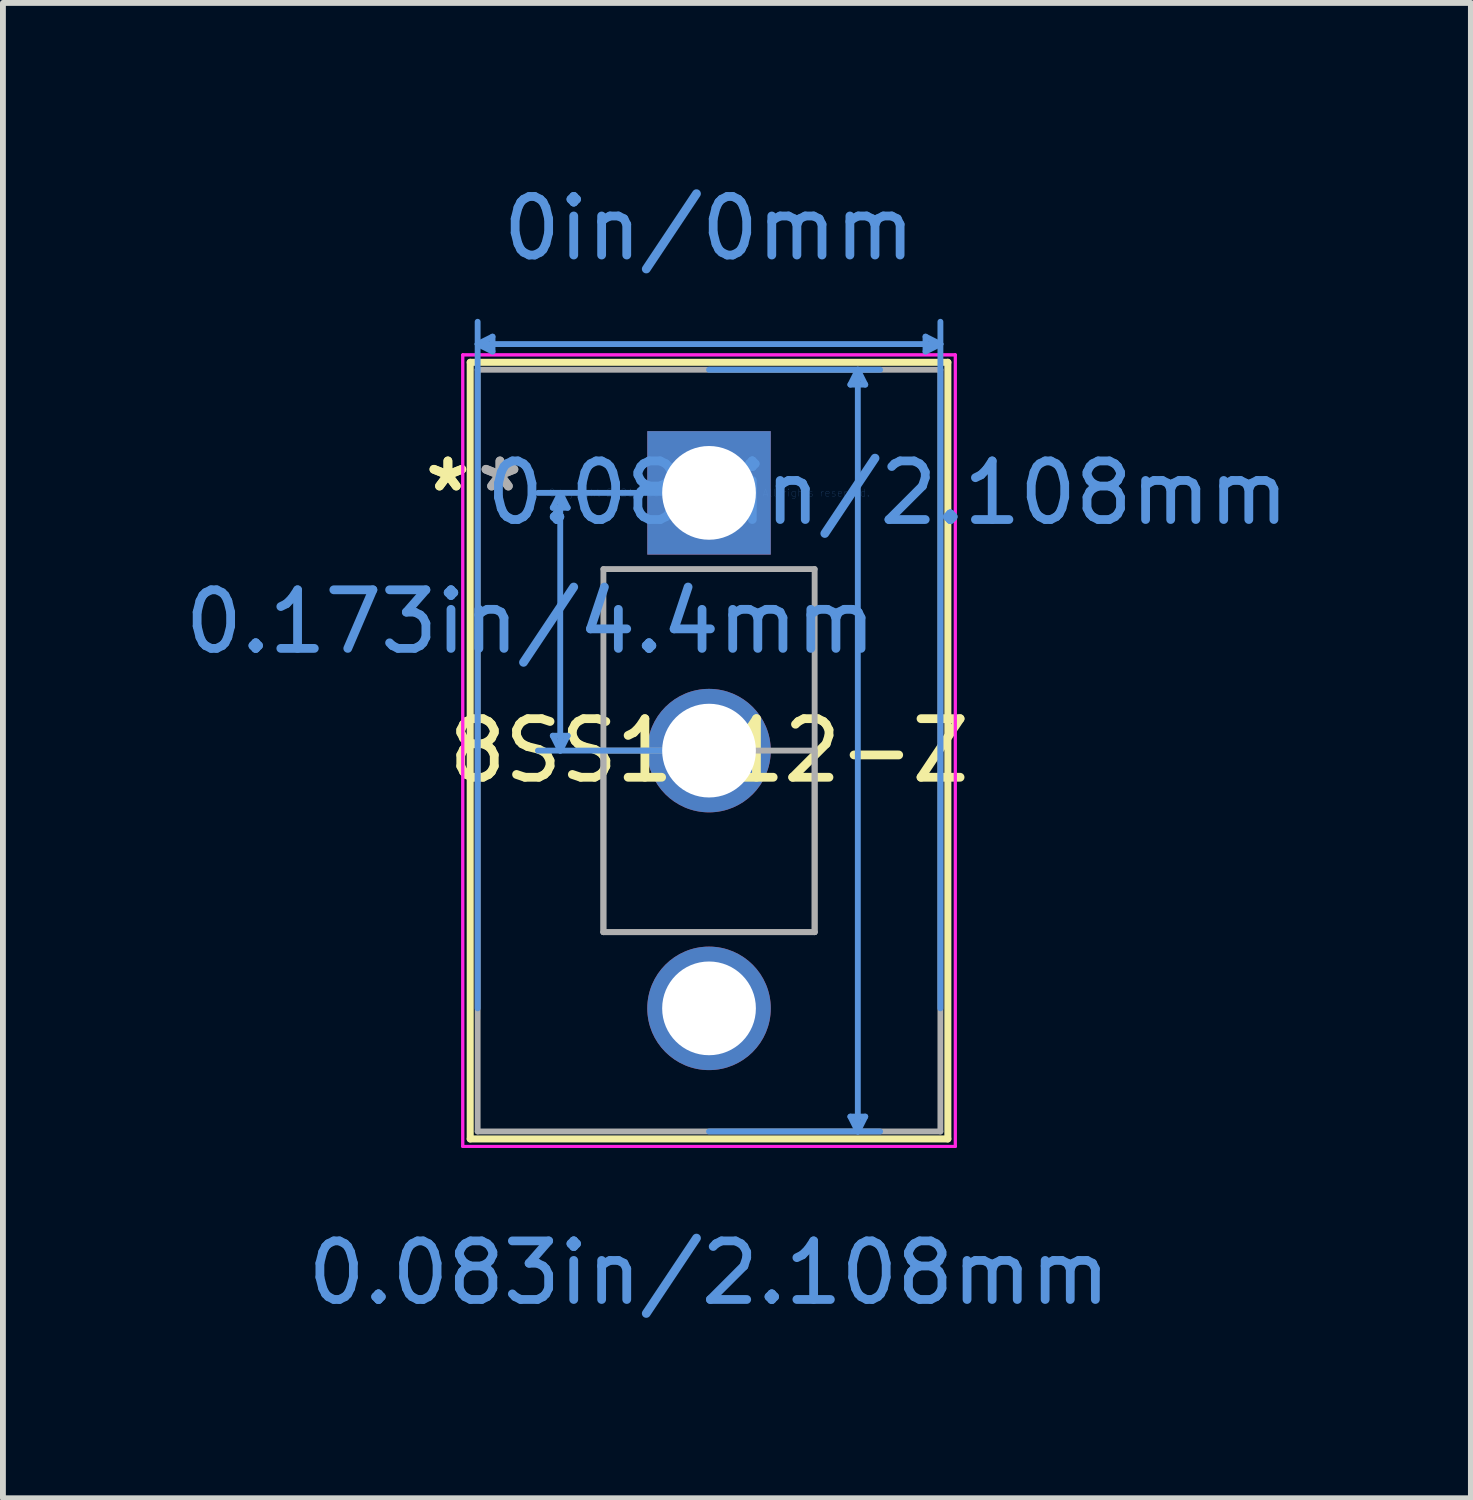
<source format=kicad_pcb>
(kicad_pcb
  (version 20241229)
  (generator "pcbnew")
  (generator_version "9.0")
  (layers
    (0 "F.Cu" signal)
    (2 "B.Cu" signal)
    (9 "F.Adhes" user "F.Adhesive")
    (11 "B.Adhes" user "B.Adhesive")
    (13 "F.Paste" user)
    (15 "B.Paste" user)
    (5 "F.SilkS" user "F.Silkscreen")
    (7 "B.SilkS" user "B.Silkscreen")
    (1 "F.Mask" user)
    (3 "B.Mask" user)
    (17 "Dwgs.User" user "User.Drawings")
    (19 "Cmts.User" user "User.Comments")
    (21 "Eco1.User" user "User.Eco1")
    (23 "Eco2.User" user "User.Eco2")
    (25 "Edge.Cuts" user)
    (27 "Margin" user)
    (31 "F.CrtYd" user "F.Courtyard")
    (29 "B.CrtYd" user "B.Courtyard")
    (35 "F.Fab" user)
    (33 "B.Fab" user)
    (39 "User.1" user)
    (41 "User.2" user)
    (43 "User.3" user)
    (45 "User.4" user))
  (footprint "8SS1012-Z"
    (layer "F.Cu")
    (at 9.054 5.364)
    (property "Reference" "8SS1012-Z" (at 0 4.4 0) (layer "F.SilkS") (effects (font (size 1 1) (thickness 0.15))))
    (attr through_hole)
    (fp_line (start -4.077 -2.229) (end -4.077 11.029) (stroke (width 0.12) (type solid)) (layer "F.SilkS"))
    (fp_line (start -4.077 11.029) (end 4.077 11.029) (stroke (width 0.12) (type solid)) (layer "F.SilkS"))
    (fp_line (start 4.077 -2.229) (end -4.077 -2.229) (stroke (width 0.12) (type solid)) (layer "F.SilkS"))
    (fp_line (start 4.077 11.029) (end 4.077 -2.229) (stroke (width 0.12) (type solid)) (layer "F.SilkS"))
    (fp_line (start -3.95 -2.54) (end -3.696 -2.667) (stroke (width 0.1) (type solid)) (layer "Cmts.User"))
    (fp_line (start -3.95 -2.54) (end -3.696 -2.413) (stroke (width 0.1) (type solid)) (layer "Cmts.User"))
    (fp_line (start -3.95 -2.54) (end 3.95 -2.54) (stroke (width 0.1) (type solid)) (layer "Cmts.User"))
    (fp_line (start -3.95 8.8) (end -3.95 -2.921) (stroke (width 0.1) (type solid)) (layer "Cmts.User"))
    (fp_line (start -3.696 -2.667) (end -3.696 -2.413) (stroke (width 0.1) (type solid)) (layer "Cmts.User"))
    (fp_line (start -2.667 0.254) (end -2.413 0.254) (stroke (width 0.1) (type solid)) (layer "Cmts.User"))
    (fp_line (start -2.667 4.146) (end -2.413 4.146) (stroke (width 0.1) (type solid)) (layer "Cmts.User"))
    (fp_line (start -2.54 0) (end -2.667 0.254) (stroke (width 0.1) (type solid)) (layer "Cmts.User"))
    (fp_line (start -2.54 0) (end -2.54 4.4) (stroke (width 0.1) (type solid)) (layer "Cmts.User"))
    (fp_line (start -2.54 0) (end -2.413 0.254) (stroke (width 0.1) (type solid)) (layer "Cmts.User"))
    (fp_line (start -2.54 4.4) (end -2.667 4.146) (stroke (width 0.1) (type solid)) (layer "Cmts.User"))
    (fp_line (start -2.54 4.4) (end -2.413 4.146) (stroke (width 0.1) (type solid)) (layer "Cmts.User"))
    (fp_line (start 0 -2.102) (end 2.921 -2.102) (stroke (width 0.1) (type solid)) (layer "Cmts.User"))
    (fp_line (start 0 0) (end -2.921 0) (stroke (width 0.1) (type solid)) (layer "Cmts.User"))
    (fp_line (start 0 4.4) (end -2.921 4.4) (stroke (width 0.1) (type solid)) (layer "Cmts.User"))
    (fp_line (start 0 10.902) (end 2.921 10.902) (stroke (width 0.1) (type solid)) (layer "Cmts.User"))
    (fp_line (start 2.413 -1.848) (end 2.667 -1.848) (stroke (width 0.1) (type solid)) (layer "Cmts.User"))
    (fp_line (start 2.413 10.648) (end 2.667 10.648) (stroke (width 0.1) (type solid)) (layer "Cmts.User"))
    (fp_line (start 2.54 -2.102) (end 2.413 -1.848) (stroke (width 0.1) (type solid)) (layer "Cmts.User"))
    (fp_line (start 2.54 -2.102) (end 2.54 10.902) (stroke (width 0.1) (type solid)) (layer "Cmts.User"))
    (fp_line (start 2.54 -2.102) (end 2.667 -1.848) (stroke (width 0.1) (type solid)) (layer "Cmts.User"))
    (fp_line (start 2.54 10.902) (end 2.413 10.648) (stroke (width 0.1) (type solid)) (layer "Cmts.User"))
    (fp_line (start 2.54 10.902) (end 2.667 10.648) (stroke (width 0.1) (type solid)) (layer "Cmts.User"))
    (fp_line (start 3.696 -2.667) (end 3.696 -2.413) (stroke (width 0.1) (type solid)) (layer "Cmts.User"))
    (fp_line (start 3.95 -2.54) (end 3.696 -2.667) (stroke (width 0.1) (type solid)) (layer "Cmts.User"))
    (fp_line (start 3.95 -2.54) (end 3.696 -2.413) (stroke (width 0.1) (type solid)) (layer "Cmts.User"))
    (fp_line (start 3.95 8.8) (end 3.95 -2.921) (stroke (width 0.1) (type solid)) (layer "Cmts.User"))
    (fp_line (start -4.204 -2.356) (end -4.204 11.156) (stroke (width 0.05) (type solid)) (layer "F.CrtYd"))
    (fp_line (start -4.204 -2.356) (end 4.204 -2.356) (stroke (width 0.05) (type solid)) (layer "F.CrtYd"))
    (fp_line (start -4.204 11.156) (end -4.204 -2.356) (stroke (width 0.05) (type solid)) (layer "F.CrtYd"))
    (fp_line (start -4.204 11.156) (end 4.204 11.156) (stroke (width 0.05) (type solid)) (layer "F.CrtYd"))
    (fp_line (start 4.204 -2.356) (end -4.204 -2.356) (stroke (width 0.05) (type solid)) (layer "F.CrtYd"))
    (fp_line (start 4.204 -2.356) (end 4.204 11.156) (stroke (width 0.05) (type solid)) (layer "F.CrtYd"))
    (fp_line (start 4.204 11.156) (end -4.204 11.156) (stroke (width 0.05) (type solid)) (layer "F.CrtYd"))
    (fp_line (start 4.204 11.156) (end 4.204 -2.356) (stroke (width 0.05) (type solid)) (layer "F.CrtYd"))
    (fp_line (start -3.95 -2.102) (end -3.95 10.902) (stroke (width 0.1) (type solid)) (layer "F.Fab"))
    (fp_line (start -3.95 10.902) (end 3.95 10.902) (stroke (width 0.1) (type solid)) (layer "F.Fab"))
    (fp_line (start -1.803 1.301) (end 1.803 1.301) (stroke (width 0.1) (type solid)) (layer "F.Fab"))
    (fp_line (start -1.803 4.4) (end 1.803 4.4) (stroke (width 0.1) (type solid)) (layer "F.Fab"))
    (fp_line (start -1.803 7.499) (end -1.803 1.301) (stroke (width 0.1) (type solid)) (layer "F.Fab"))
    (fp_line (start -1.803 7.499) (end -1.803 4.4) (stroke (width 0.1) (type solid)) (layer "F.Fab"))
    (fp_line (start 1.803 1.301) (end 1.803 7.499) (stroke (width 0.1) (type solid)) (layer "F.Fab"))
    (fp_line (start 1.803 4.4) (end 1.803 7.499) (stroke (width 0.1) (type solid)) (layer "F.Fab"))
    (fp_line (start 1.803 7.499) (end -1.803 7.499) (stroke (width 0.1) (type solid)) (layer "F.Fab"))
    (fp_line (start 1.803 7.499) (end -1.803 7.499) (stroke (width 0.1) (type solid)) (layer "F.Fab"))
    (fp_line (start 3.95 -2.102) (end -3.95 -2.102) (stroke (width 0.1) (type solid)) (layer "F.Fab"))
    (fp_line (start 3.95 10.902) (end 3.95 -2.102) (stroke (width 0.1) (type solid)) (layer "F.Fab"))
    (fp_text user "*" (at -4.458 0 0) (layer "F.SilkS") (effects (font (size 1 1) (thickness 0.15))))
    (fp_text user "*" (at -4.458 0 0) (layer "F.SilkS") (effects (font (size 1 1) (thickness 0.15))))
    (fp_text user "0.083in/2.108mm" (at 3.048 0 0) (layer "Cmts.User") (effects (font (size 1 1) (thickness 0.15))))
    (fp_text user "0.173in/4.4mm" (at -3.048 2.2 0) (layer "Cmts.User") (effects (font (size 1 1) (thickness 0.15))))
    (fp_text user "0in/0mm" (at 0 -4.515 0) (layer "Cmts.User") (effects (font (size 1 1) (thickness 0.15))))
    (fp_text user "Copyright 2021 Accelerated Designs. All rights reserved." (at 0 0 0) (layer "Cmts.User") (effects (font (size 0.127 0.127) (thickness 0.002))))
    (fp_text user "0.083in/2.108mm" (at 0 13.315 0) (layer "Cmts.User") (effects (font (size 1 1) (thickness 0.15))))
    (fp_text user "*" (at -3.569 0 0) (layer "F.Fab") (effects (font (size 1 1) (thickness 0.15))))
    (fp_text user "*" (at -3.569 0 0) (layer "F.Fab") (effects (font (size 1 1) (thickness 0.15))))
    (pad "1" thru_hole rect (at 0 0) (size 2.108 2.108) (drill 1.6) (layers "*.Cu" "*.Mask"))
    (pad "2" thru_hole circle (at 0 4.4) (size 2.108 2.108) (drill 1.6) (layers "*.Cu" "*.Mask"))
    (pad "3" thru_hole circle (at 0 8.8) (size 2.108 2.108) (drill 1.6) (layers "*.Cu" "*.Mask")))
  (gr_rect
    (start -3 -3)
    (end 22.06 22.527)
    (stroke (width 0.1) (type default))
    (fill no)
    (layer "Edge.Cuts")))
</source>
